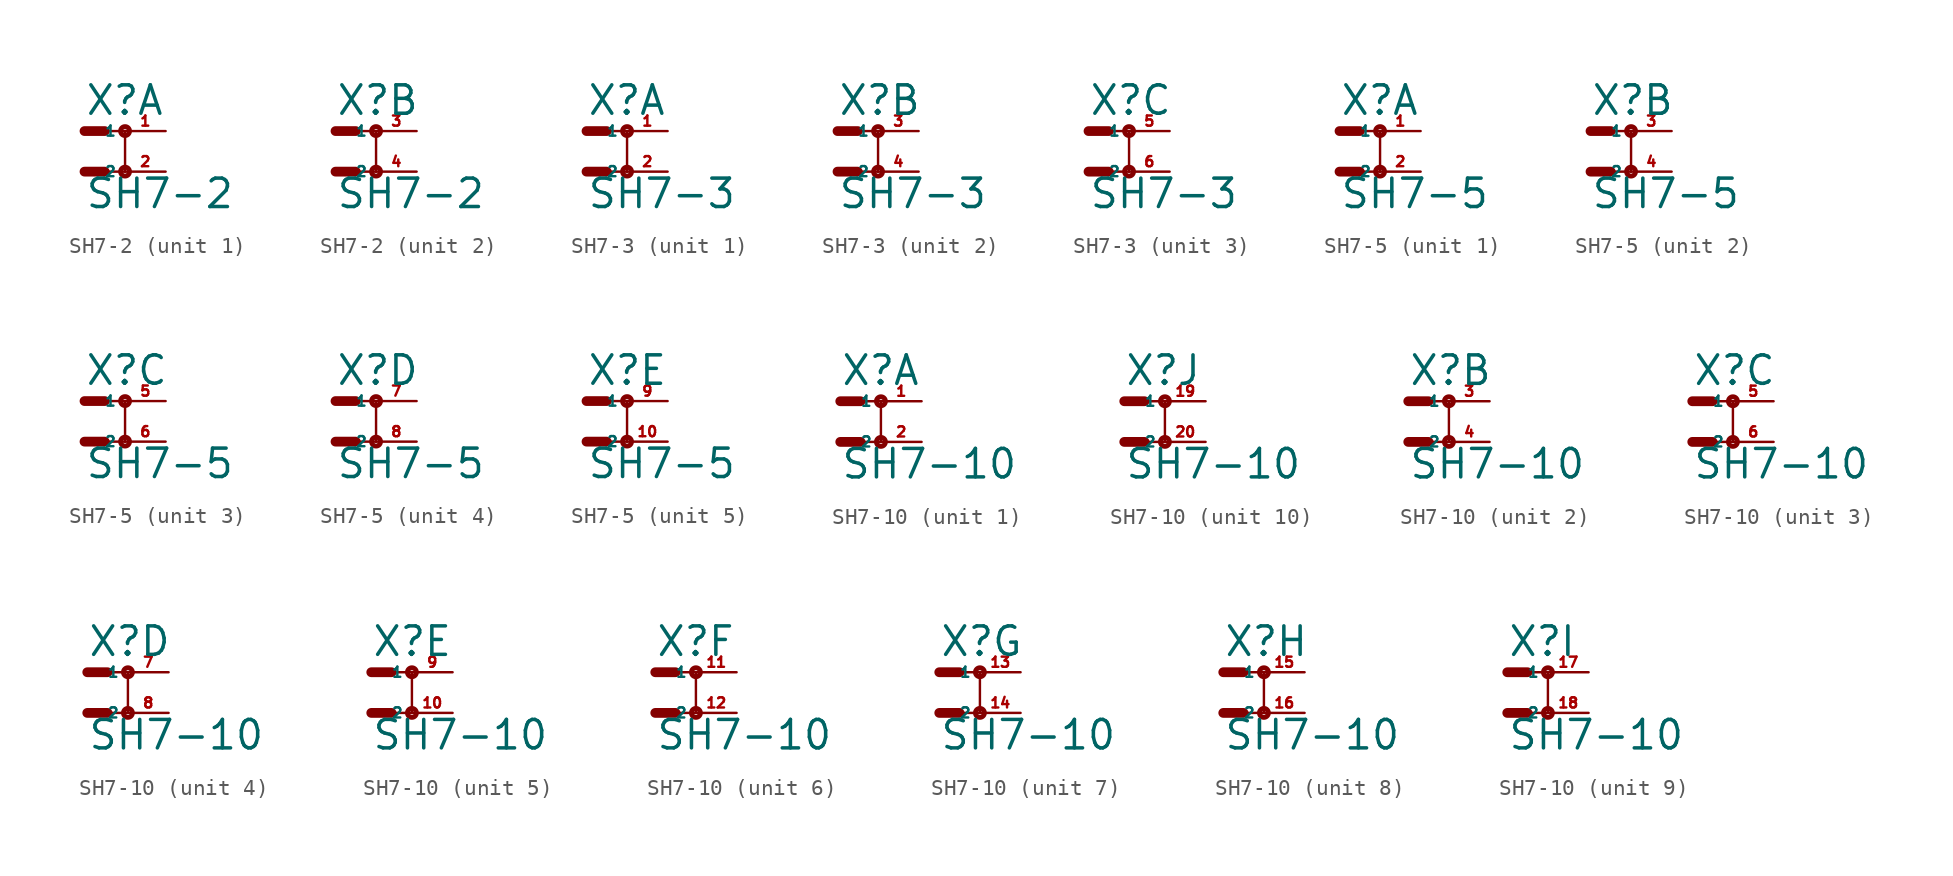
<source format=kicad_sym>
(kicad_symbol_lib
  (version 20220914)
  (generator Eagle2Kicad)
  (symbol "SH7-2"
    (property "Reference" "X"
      (at 0 3.429 0)
      (effects (font (size 1.778 1.778) (thickness 0.22)) (justify left bottom)))
    (property "Value" "SH7-2"
      (at 0 -2.413 0)
      (effects (font (size 1.778 1.778) (thickness 0.22)) (justify left bottom)))
    (symbol "SH7-2_1_0"
      (polyline (pts (xy 0 0) (xy 1.27 0)) (stroke (width 0.61) (type default)) (fill (type none)))
      (polyline (pts (xy 2.54 0) (xy 1.27 0)) (stroke (width 0.152) (type default)) (fill (type none)))
      (polyline (pts (xy 0 2.54) (xy 1.27 2.54)) (stroke (width 0.61) (type default)) (fill (type none)))
      (polyline (pts (xy 2.54 2.54) (xy 1.27 2.54)) (stroke (width 0.152) (type default)) (fill (type none)))
      (polyline (pts (xy 2.54 2.54) (xy 2.54 0)) (stroke (width 0.152) (type default)) (fill (type none)))
      (circle (center 2.54 0) (radius 0.127) (stroke (width 0.305) (type default)) (fill (type none)))
      (circle (center 2.54 2.54) (radius 0.127) (stroke (width 0.305) (type default)) (fill (type none)))
      (pin passive line (at 5.08 2.54 180) (length 2.54) (name "1" (effects (font (size 0.635 0.635) (thickness 0.08)) (justify left bottom))) (number "1" (effects (font (size 0.635 0.635) (thickness 0.08)) (justify left bottom))))
      (pin passive line (at 5.08 0 180) (length 2.54) (name "2" (effects (font (size 0.635 0.635) (thickness 0.08)) (justify left bottom))) (number "2" (effects (font (size 0.635 0.635) (thickness 0.08)) (justify left bottom)))))
    (symbol "SH7-2_2_0"
      (polyline (pts (xy 0 0) (xy 1.27 0)) (stroke (width 0.61) (type default)) (fill (type none)))
      (polyline (pts (xy 2.54 0) (xy 1.27 0)) (stroke (width 0.152) (type default)) (fill (type none)))
      (polyline (pts (xy 0 2.54) (xy 1.27 2.54)) (stroke (width 0.61) (type default)) (fill (type none)))
      (polyline (pts (xy 2.54 2.54) (xy 1.27 2.54)) (stroke (width 0.152) (type default)) (fill (type none)))
      (polyline (pts (xy 2.54 2.54) (xy 2.54 0)) (stroke (width 0.152) (type default)) (fill (type none)))
      (circle (center 2.54 0) (radius 0.127) (stroke (width 0.305) (type default)) (fill (type none)))
      (circle (center 2.54 2.54) (radius 0.127) (stroke (width 0.305) (type default)) (fill (type none)))
      (pin passive line (at 5.08 2.54 180) (length 2.54) (name "1" (effects (font (size 0.635 0.635) (thickness 0.08)) (justify left bottom))) (number "3" (effects (font (size 0.635 0.635) (thickness 0.08)) (justify left bottom))))
      (pin passive line (at 5.08 0 180) (length 2.54) (name "2" (effects (font (size 0.635 0.635) (thickness 0.08)) (justify left bottom))) (number "4" (effects (font (size 0.635 0.635) (thickness 0.08)) (justify left bottom))))))
  (symbol "SH7-3"
    (property "Reference" "X"
      (at 0 3.429 0)
      (effects (font (size 1.778 1.778) (thickness 0.22)) (justify left bottom)))
    (property "Value" "SH7-3"
      (at 0 -2.413 0)
      (effects (font (size 1.778 1.778) (thickness 0.22)) (justify left bottom)))
    (symbol "SH7-3_1_0"
      (polyline (pts (xy 0 0) (xy 1.27 0)) (stroke (width 0.61) (type default)) (fill (type none)))
      (polyline (pts (xy 2.54 0) (xy 1.27 0)) (stroke (width 0.152) (type default)) (fill (type none)))
      (polyline (pts (xy 0 2.54) (xy 1.27 2.54)) (stroke (width 0.61) (type default)) (fill (type none)))
      (polyline (pts (xy 2.54 2.54) (xy 1.27 2.54)) (stroke (width 0.152) (type default)) (fill (type none)))
      (polyline (pts (xy 2.54 2.54) (xy 2.54 0)) (stroke (width 0.152) (type default)) (fill (type none)))
      (circle (center 2.54 0) (radius 0.127) (stroke (width 0.305) (type default)) (fill (type none)))
      (circle (center 2.54 2.54) (radius 0.127) (stroke (width 0.305) (type default)) (fill (type none)))
      (pin passive line (at 5.08 2.54 180) (length 2.54) (name "1" (effects (font (size 0.635 0.635) (thickness 0.08)) (justify left bottom))) (number "1" (effects (font (size 0.635 0.635) (thickness 0.08)) (justify left bottom))))
      (pin passive line (at 5.08 0 180) (length 2.54) (name "2" (effects (font (size 0.635 0.635) (thickness 0.08)) (justify left bottom))) (number "2" (effects (font (size 0.635 0.635) (thickness 0.08)) (justify left bottom)))))
    (symbol "SH7-3_2_0"
      (polyline (pts (xy 0 0) (xy 1.27 0)) (stroke (width 0.61) (type default)) (fill (type none)))
      (polyline (pts (xy 2.54 0) (xy 1.27 0)) (stroke (width 0.152) (type default)) (fill (type none)))
      (polyline (pts (xy 0 2.54) (xy 1.27 2.54)) (stroke (width 0.61) (type default)) (fill (type none)))
      (polyline (pts (xy 2.54 2.54) (xy 1.27 2.54)) (stroke (width 0.152) (type default)) (fill (type none)))
      (polyline (pts (xy 2.54 2.54) (xy 2.54 0)) (stroke (width 0.152) (type default)) (fill (type none)))
      (circle (center 2.54 0) (radius 0.127) (stroke (width 0.305) (type default)) (fill (type none)))
      (circle (center 2.54 2.54) (radius 0.127) (stroke (width 0.305) (type default)) (fill (type none)))
      (pin passive line (at 5.08 2.54 180) (length 2.54) (name "1" (effects (font (size 0.635 0.635) (thickness 0.08)) (justify left bottom))) (number "3" (effects (font (size 0.635 0.635) (thickness 0.08)) (justify left bottom))))
      (pin passive line (at 5.08 0 180) (length 2.54) (name "2" (effects (font (size 0.635 0.635) (thickness 0.08)) (justify left bottom))) (number "4" (effects (font (size 0.635 0.635) (thickness 0.08)) (justify left bottom)))))
    (symbol "SH7-3_3_0"
      (polyline (pts (xy 0 0) (xy 1.27 0)) (stroke (width 0.61) (type default)) (fill (type none)))
      (polyline (pts (xy 2.54 0) (xy 1.27 0)) (stroke (width 0.152) (type default)) (fill (type none)))
      (polyline (pts (xy 0 2.54) (xy 1.27 2.54)) (stroke (width 0.61) (type default)) (fill (type none)))
      (polyline (pts (xy 2.54 2.54) (xy 1.27 2.54)) (stroke (width 0.152) (type default)) (fill (type none)))
      (polyline (pts (xy 2.54 2.54) (xy 2.54 0)) (stroke (width 0.152) (type default)) (fill (type none)))
      (circle (center 2.54 0) (radius 0.127) (stroke (width 0.305) (type default)) (fill (type none)))
      (circle (center 2.54 2.54) (radius 0.127) (stroke (width 0.305) (type default)) (fill (type none)))
      (pin passive line (at 5.08 2.54 180) (length 2.54) (name "1" (effects (font (size 0.635 0.635) (thickness 0.08)) (justify left bottom))) (number "5" (effects (font (size 0.635 0.635) (thickness 0.08)) (justify left bottom))))
      (pin passive line (at 5.08 0 180) (length 2.54) (name "2" (effects (font (size 0.635 0.635) (thickness 0.08)) (justify left bottom))) (number "6" (effects (font (size 0.635 0.635) (thickness 0.08)) (justify left bottom))))))
  (symbol "SH7-5"
    (property "Reference" "X"
      (at 0 3.429 0)
      (effects (font (size 1.778 1.778) (thickness 0.22)) (justify left bottom)))
    (property "Value" "SH7-5"
      (at 0 -2.413 0)
      (effects (font (size 1.778 1.778) (thickness 0.22)) (justify left bottom)))
    (symbol "SH7-5_1_0"
      (polyline (pts (xy 0 0) (xy 1.27 0)) (stroke (width 0.61) (type default)) (fill (type none)))
      (polyline (pts (xy 2.54 0) (xy 1.27 0)) (stroke (width 0.152) (type default)) (fill (type none)))
      (polyline (pts (xy 0 2.54) (xy 1.27 2.54)) (stroke (width 0.61) (type default)) (fill (type none)))
      (polyline (pts (xy 2.54 2.54) (xy 1.27 2.54)) (stroke (width 0.152) (type default)) (fill (type none)))
      (polyline (pts (xy 2.54 2.54) (xy 2.54 0)) (stroke (width 0.152) (type default)) (fill (type none)))
      (circle (center 2.54 0) (radius 0.127) (stroke (width 0.305) (type default)) (fill (type none)))
      (circle (center 2.54 2.54) (radius 0.127) (stroke (width 0.305) (type default)) (fill (type none)))
      (pin passive line (at 5.08 2.54 180) (length 2.54) (name "1" (effects (font (size 0.635 0.635) (thickness 0.08)) (justify left bottom))) (number "1" (effects (font (size 0.635 0.635) (thickness 0.08)) (justify left bottom))))
      (pin passive line (at 5.08 0 180) (length 2.54) (name "2" (effects (font (size 0.635 0.635) (thickness 0.08)) (justify left bottom))) (number "2" (effects (font (size 0.635 0.635) (thickness 0.08)) (justify left bottom)))))
    (symbol "SH7-5_2_0"
      (polyline (pts (xy 0 0) (xy 1.27 0)) (stroke (width 0.61) (type default)) (fill (type none)))
      (polyline (pts (xy 2.54 0) (xy 1.27 0)) (stroke (width 0.152) (type default)) (fill (type none)))
      (polyline (pts (xy 0 2.54) (xy 1.27 2.54)) (stroke (width 0.61) (type default)) (fill (type none)))
      (polyline (pts (xy 2.54 2.54) (xy 1.27 2.54)) (stroke (width 0.152) (type default)) (fill (type none)))
      (polyline (pts (xy 2.54 2.54) (xy 2.54 0)) (stroke (width 0.152) (type default)) (fill (type none)))
      (circle (center 2.54 0) (radius 0.127) (stroke (width 0.305) (type default)) (fill (type none)))
      (circle (center 2.54 2.54) (radius 0.127) (stroke (width 0.305) (type default)) (fill (type none)))
      (pin passive line (at 5.08 2.54 180) (length 2.54) (name "1" (effects (font (size 0.635 0.635) (thickness 0.08)) (justify left bottom))) (number "3" (effects (font (size 0.635 0.635) (thickness 0.08)) (justify left bottom))))
      (pin passive line (at 5.08 0 180) (length 2.54) (name "2" (effects (font (size 0.635 0.635) (thickness 0.08)) (justify left bottom))) (number "4" (effects (font (size 0.635 0.635) (thickness 0.08)) (justify left bottom)))))
    (symbol "SH7-5_3_0"
      (polyline (pts (xy 0 0) (xy 1.27 0)) (stroke (width 0.61) (type default)) (fill (type none)))
      (polyline (pts (xy 2.54 0) (xy 1.27 0)) (stroke (width 0.152) (type default)) (fill (type none)))
      (polyline (pts (xy 0 2.54) (xy 1.27 2.54)) (stroke (width 0.61) (type default)) (fill (type none)))
      (polyline (pts (xy 2.54 2.54) (xy 1.27 2.54)) (stroke (width 0.152) (type default)) (fill (type none)))
      (polyline (pts (xy 2.54 2.54) (xy 2.54 0)) (stroke (width 0.152) (type default)) (fill (type none)))
      (circle (center 2.54 0) (radius 0.127) (stroke (width 0.305) (type default)) (fill (type none)))
      (circle (center 2.54 2.54) (radius 0.127) (stroke (width 0.305) (type default)) (fill (type none)))
      (pin passive line (at 5.08 2.54 180) (length 2.54) (name "1" (effects (font (size 0.635 0.635) (thickness 0.08)) (justify left bottom))) (number "5" (effects (font (size 0.635 0.635) (thickness 0.08)) (justify left bottom))))
      (pin passive line (at 5.08 0 180) (length 2.54) (name "2" (effects (font (size 0.635 0.635) (thickness 0.08)) (justify left bottom))) (number "6" (effects (font (size 0.635 0.635) (thickness 0.08)) (justify left bottom)))))
    (symbol "SH7-5_4_0"
      (polyline (pts (xy 0 0) (xy 1.27 0)) (stroke (width 0.61) (type default)) (fill (type none)))
      (polyline (pts (xy 2.54 0) (xy 1.27 0)) (stroke (width 0.152) (type default)) (fill (type none)))
      (polyline (pts (xy 0 2.54) (xy 1.27 2.54)) (stroke (width 0.61) (type default)) (fill (type none)))
      (polyline (pts (xy 2.54 2.54) (xy 1.27 2.54)) (stroke (width 0.152) (type default)) (fill (type none)))
      (polyline (pts (xy 2.54 2.54) (xy 2.54 0)) (stroke (width 0.152) (type default)) (fill (type none)))
      (circle (center 2.54 0) (radius 0.127) (stroke (width 0.305) (type default)) (fill (type none)))
      (circle (center 2.54 2.54) (radius 0.127) (stroke (width 0.305) (type default)) (fill (type none)))
      (pin passive line (at 5.08 2.54 180) (length 2.54) (name "1" (effects (font (size 0.635 0.635) (thickness 0.08)) (justify left bottom))) (number "7" (effects (font (size 0.635 0.635) (thickness 0.08)) (justify left bottom))))
      (pin passive line (at 5.08 0 180) (length 2.54) (name "2" (effects (font (size 0.635 0.635) (thickness 0.08)) (justify left bottom))) (number "8" (effects (font (size 0.635 0.635) (thickness 0.08)) (justify left bottom)))))
    (symbol "SH7-5_5_0"
      (polyline (pts (xy 0 0) (xy 1.27 0)) (stroke (width 0.61) (type default)) (fill (type none)))
      (polyline (pts (xy 2.54 0) (xy 1.27 0)) (stroke (width 0.152) (type default)) (fill (type none)))
      (polyline (pts (xy 0 2.54) (xy 1.27 2.54)) (stroke (width 0.61) (type default)) (fill (type none)))
      (polyline (pts (xy 2.54 2.54) (xy 1.27 2.54)) (stroke (width 0.152) (type default)) (fill (type none)))
      (polyline (pts (xy 2.54 2.54) (xy 2.54 0)) (stroke (width 0.152) (type default)) (fill (type none)))
      (circle (center 2.54 0) (radius 0.127) (stroke (width 0.305) (type default)) (fill (type none)))
      (circle (center 2.54 2.54) (radius 0.127) (stroke (width 0.305) (type default)) (fill (type none)))
      (pin passive line (at 5.08 2.54 180) (length 2.54) (name "1" (effects (font (size 0.635 0.635) (thickness 0.08)) (justify left bottom))) (number "9" (effects (font (size 0.635 0.635) (thickness 0.08)) (justify left bottom))))
      (pin passive line (at 5.08 0 180) (length 2.54) (name "2" (effects (font (size 0.635 0.635) (thickness 0.08)) (justify left bottom))) (number "10" (effects (font (size 0.635 0.635) (thickness 0.08)) (justify left bottom))))))
  (symbol "SH7-10"
    (property "Reference" "X"
      (at 0 3.429 0)
      (effects (font (size 1.778 1.778) (thickness 0.22)) (justify left bottom)))
    (property "Value" "SH7-10"
      (at 0 -2.413 0)
      (effects (font (size 1.778 1.778) (thickness 0.22)) (justify left bottom)))
    (symbol "SH7-10_1_0"
      (polyline (pts (xy 0 0) (xy 1.27 0)) (stroke (width 0.61) (type default)) (fill (type none)))
      (polyline (pts (xy 2.54 0) (xy 1.27 0)) (stroke (width 0.152) (type default)) (fill (type none)))
      (polyline (pts (xy 0 2.54) (xy 1.27 2.54)) (stroke (width 0.61) (type default)) (fill (type none)))
      (polyline (pts (xy 2.54 2.54) (xy 1.27 2.54)) (stroke (width 0.152) (type default)) (fill (type none)))
      (polyline (pts (xy 2.54 2.54) (xy 2.54 0)) (stroke (width 0.152) (type default)) (fill (type none)))
      (circle (center 2.54 0) (radius 0.127) (stroke (width 0.305) (type default)) (fill (type none)))
      (circle (center 2.54 2.54) (radius 0.127) (stroke (width 0.305) (type default)) (fill (type none)))
      (pin passive line (at 5.08 2.54 180) (length 2.54) (name "1" (effects (font (size 0.635 0.635) (thickness 0.08)) (justify left bottom))) (number "1" (effects (font (size 0.635 0.635) (thickness 0.08)) (justify left bottom))))
      (pin passive line (at 5.08 0 180) (length 2.54) (name "2" (effects (font (size 0.635 0.635) (thickness 0.08)) (justify left bottom))) (number "2" (effects (font (size 0.635 0.635) (thickness 0.08)) (justify left bottom)))))
    (symbol "SH7-10_2_0"
      (polyline (pts (xy 0 0) (xy 1.27 0)) (stroke (width 0.61) (type default)) (fill (type none)))
      (polyline (pts (xy 2.54 0) (xy 1.27 0)) (stroke (width 0.152) (type default)) (fill (type none)))
      (polyline (pts (xy 0 2.54) (xy 1.27 2.54)) (stroke (width 0.61) (type default)) (fill (type none)))
      (polyline (pts (xy 2.54 2.54) (xy 1.27 2.54)) (stroke (width 0.152) (type default)) (fill (type none)))
      (polyline (pts (xy 2.54 2.54) (xy 2.54 0)) (stroke (width 0.152) (type default)) (fill (type none)))
      (circle (center 2.54 0) (radius 0.127) (stroke (width 0.305) (type default)) (fill (type none)))
      (circle (center 2.54 2.54) (radius 0.127) (stroke (width 0.305) (type default)) (fill (type none)))
      (pin passive line (at 5.08 2.54 180) (length 2.54) (name "1" (effects (font (size 0.635 0.635) (thickness 0.08)) (justify left bottom))) (number "3" (effects (font (size 0.635 0.635) (thickness 0.08)) (justify left bottom))))
      (pin passive line (at 5.08 0 180) (length 2.54) (name "2" (effects (font (size 0.635 0.635) (thickness 0.08)) (justify left bottom))) (number "4" (effects (font (size 0.635 0.635) (thickness 0.08)) (justify left bottom)))))
    (symbol "SH7-10_3_0"
      (polyline (pts (xy 0 0) (xy 1.27 0)) (stroke (width 0.61) (type default)) (fill (type none)))
      (polyline (pts (xy 2.54 0) (xy 1.27 0)) (stroke (width 0.152) (type default)) (fill (type none)))
      (polyline (pts (xy 0 2.54) (xy 1.27 2.54)) (stroke (width 0.61) (type default)) (fill (type none)))
      (polyline (pts (xy 2.54 2.54) (xy 1.27 2.54)) (stroke (width 0.152) (type default)) (fill (type none)))
      (polyline (pts (xy 2.54 2.54) (xy 2.54 0)) (stroke (width 0.152) (type default)) (fill (type none)))
      (circle (center 2.54 0) (radius 0.127) (stroke (width 0.305) (type default)) (fill (type none)))
      (circle (center 2.54 2.54) (radius 0.127) (stroke (width 0.305) (type default)) (fill (type none)))
      (pin passive line (at 5.08 2.54 180) (length 2.54) (name "1" (effects (font (size 0.635 0.635) (thickness 0.08)) (justify left bottom))) (number "5" (effects (font (size 0.635 0.635) (thickness 0.08)) (justify left bottom))))
      (pin passive line (at 5.08 0 180) (length 2.54) (name "2" (effects (font (size 0.635 0.635) (thickness 0.08)) (justify left bottom))) (number "6" (effects (font (size 0.635 0.635) (thickness 0.08)) (justify left bottom)))))
    (symbol "SH7-10_4_0"
      (polyline (pts (xy 0 0) (xy 1.27 0)) (stroke (width 0.61) (type default)) (fill (type none)))
      (polyline (pts (xy 2.54 0) (xy 1.27 0)) (stroke (width 0.152) (type default)) (fill (type none)))
      (polyline (pts (xy 0 2.54) (xy 1.27 2.54)) (stroke (width 0.61) (type default)) (fill (type none)))
      (polyline (pts (xy 2.54 2.54) (xy 1.27 2.54)) (stroke (width 0.152) (type default)) (fill (type none)))
      (polyline (pts (xy 2.54 2.54) (xy 2.54 0)) (stroke (width 0.152) (type default)) (fill (type none)))
      (circle (center 2.54 0) (radius 0.127) (stroke (width 0.305) (type default)) (fill (type none)))
      (circle (center 2.54 2.54) (radius 0.127) (stroke (width 0.305) (type default)) (fill (type none)))
      (pin passive line (at 5.08 2.54 180) (length 2.54) (name "1" (effects (font (size 0.635 0.635) (thickness 0.08)) (justify left bottom))) (number "7" (effects (font (size 0.635 0.635) (thickness 0.08)) (justify left bottom))))
      (pin passive line (at 5.08 0 180) (length 2.54) (name "2" (effects (font (size 0.635 0.635) (thickness 0.08)) (justify left bottom))) (number "8" (effects (font (size 0.635 0.635) (thickness 0.08)) (justify left bottom)))))
    (symbol "SH7-10_5_0"
      (polyline (pts (xy 0 0) (xy 1.27 0)) (stroke (width 0.61) (type default)) (fill (type none)))
      (polyline (pts (xy 2.54 0) (xy 1.27 0)) (stroke (width 0.152) (type default)) (fill (type none)))
      (polyline (pts (xy 0 2.54) (xy 1.27 2.54)) (stroke (width 0.61) (type default)) (fill (type none)))
      (polyline (pts (xy 2.54 2.54) (xy 1.27 2.54)) (stroke (width 0.152) (type default)) (fill (type none)))
      (polyline (pts (xy 2.54 2.54) (xy 2.54 0)) (stroke (width 0.152) (type default)) (fill (type none)))
      (circle (center 2.54 0) (radius 0.127) (stroke (width 0.305) (type default)) (fill (type none)))
      (circle (center 2.54 2.54) (radius 0.127) (stroke (width 0.305) (type default)) (fill (type none)))
      (pin passive line (at 5.08 2.54 180) (length 2.54) (name "1" (effects (font (size 0.635 0.635) (thickness 0.08)) (justify left bottom))) (number "9" (effects (font (size 0.635 0.635) (thickness 0.08)) (justify left bottom))))
      (pin passive line (at 5.08 0 180) (length 2.54) (name "2" (effects (font (size 0.635 0.635) (thickness 0.08)) (justify left bottom))) (number "10" (effects (font (size 0.635 0.635) (thickness 0.08)) (justify left bottom)))))
    (symbol "SH7-10_6_0"
      (polyline (pts (xy 0 0) (xy 1.27 0)) (stroke (width 0.61) (type default)) (fill (type none)))
      (polyline (pts (xy 2.54 0) (xy 1.27 0)) (stroke (width 0.152) (type default)) (fill (type none)))
      (polyline (pts (xy 0 2.54) (xy 1.27 2.54)) (stroke (width 0.61) (type default)) (fill (type none)))
      (polyline (pts (xy 2.54 2.54) (xy 1.27 2.54)) (stroke (width 0.152) (type default)) (fill (type none)))
      (polyline (pts (xy 2.54 2.54) (xy 2.54 0)) (stroke (width 0.152) (type default)) (fill (type none)))
      (circle (center 2.54 0) (radius 0.127) (stroke (width 0.305) (type default)) (fill (type none)))
      (circle (center 2.54 2.54) (radius 0.127) (stroke (width 0.305) (type default)) (fill (type none)))
      (pin passive line (at 5.08 2.54 180) (length 2.54) (name "1" (effects (font (size 0.635 0.635) (thickness 0.08)) (justify left bottom))) (number "11" (effects (font (size 0.635 0.635) (thickness 0.08)) (justify left bottom))))
      (pin passive line (at 5.08 0 180) (length 2.54) (name "2" (effects (font (size 0.635 0.635) (thickness 0.08)) (justify left bottom))) (number "12" (effects (font (size 0.635 0.635) (thickness 0.08)) (justify left bottom)))))
    (symbol "SH7-10_7_0"
      (polyline (pts (xy 0 0) (xy 1.27 0)) (stroke (width 0.61) (type default)) (fill (type none)))
      (polyline (pts (xy 2.54 0) (xy 1.27 0)) (stroke (width 0.152) (type default)) (fill (type none)))
      (polyline (pts (xy 0 2.54) (xy 1.27 2.54)) (stroke (width 0.61) (type default)) (fill (type none)))
      (polyline (pts (xy 2.54 2.54) (xy 1.27 2.54)) (stroke (width 0.152) (type default)) (fill (type none)))
      (polyline (pts (xy 2.54 2.54) (xy 2.54 0)) (stroke (width 0.152) (type default)) (fill (type none)))
      (circle (center 2.54 0) (radius 0.127) (stroke (width 0.305) (type default)) (fill (type none)))
      (circle (center 2.54 2.54) (radius 0.127) (stroke (width 0.305) (type default)) (fill (type none)))
      (pin passive line (at 5.08 2.54 180) (length 2.54) (name "1" (effects (font (size 0.635 0.635) (thickness 0.08)) (justify left bottom))) (number "13" (effects (font (size 0.635 0.635) (thickness 0.08)) (justify left bottom))))
      (pin passive line (at 5.08 0 180) (length 2.54) (name "2" (effects (font (size 0.635 0.635) (thickness 0.08)) (justify left bottom))) (number "14" (effects (font (size 0.635 0.635) (thickness 0.08)) (justify left bottom)))))
    (symbol "SH7-10_8_0"
      (polyline (pts (xy 0 0) (xy 1.27 0)) (stroke (width 0.61) (type default)) (fill (type none)))
      (polyline (pts (xy 2.54 0) (xy 1.27 0)) (stroke (width 0.152) (type default)) (fill (type none)))
      (polyline (pts (xy 0 2.54) (xy 1.27 2.54)) (stroke (width 0.61) (type default)) (fill (type none)))
      (polyline (pts (xy 2.54 2.54) (xy 1.27 2.54)) (stroke (width 0.152) (type default)) (fill (type none)))
      (polyline (pts (xy 2.54 2.54) (xy 2.54 0)) (stroke (width 0.152) (type default)) (fill (type none)))
      (circle (center 2.54 0) (radius 0.127) (stroke (width 0.305) (type default)) (fill (type none)))
      (circle (center 2.54 2.54) (radius 0.127) (stroke (width 0.305) (type default)) (fill (type none)))
      (pin passive line (at 5.08 2.54 180) (length 2.54) (name "1" (effects (font (size 0.635 0.635) (thickness 0.08)) (justify left bottom))) (number "15" (effects (font (size 0.635 0.635) (thickness 0.08)) (justify left bottom))))
      (pin passive line (at 5.08 0 180) (length 2.54) (name "2" (effects (font (size 0.635 0.635) (thickness 0.08)) (justify left bottom))) (number "16" (effects (font (size 0.635 0.635) (thickness 0.08)) (justify left bottom)))))
    (symbol "SH7-10_9_0"
      (polyline (pts (xy 0 0) (xy 1.27 0)) (stroke (width 0.61) (type default)) (fill (type none)))
      (polyline (pts (xy 2.54 0) (xy 1.27 0)) (stroke (width 0.152) (type default)) (fill (type none)))
      (polyline (pts (xy 0 2.54) (xy 1.27 2.54)) (stroke (width 0.61) (type default)) (fill (type none)))
      (polyline (pts (xy 2.54 2.54) (xy 1.27 2.54)) (stroke (width 0.152) (type default)) (fill (type none)))
      (polyline (pts (xy 2.54 2.54) (xy 2.54 0)) (stroke (width 0.152) (type default)) (fill (type none)))
      (circle (center 2.54 0) (radius 0.127) (stroke (width 0.305) (type default)) (fill (type none)))
      (circle (center 2.54 2.54) (radius 0.127) (stroke (width 0.305) (type default)) (fill (type none)))
      (pin passive line (at 5.08 2.54 180) (length 2.54) (name "1" (effects (font (size 0.635 0.635) (thickness 0.08)) (justify left bottom))) (number "17" (effects (font (size 0.635 0.635) (thickness 0.08)) (justify left bottom))))
      (pin passive line (at 5.08 0 180) (length 2.54) (name "2" (effects (font (size 0.635 0.635) (thickness 0.08)) (justify left bottom))) (number "18" (effects (font (size 0.635 0.635) (thickness 0.08)) (justify left bottom)))))
    (symbol "SH7-10_10_0"
      (polyline (pts (xy 0 0) (xy 1.27 0)) (stroke (width 0.61) (type default)) (fill (type none)))
      (polyline (pts (xy 2.54 0) (xy 1.27 0)) (stroke (width 0.152) (type default)) (fill (type none)))
      (polyline (pts (xy 0 2.54) (xy 1.27 2.54)) (stroke (width 0.61) (type default)) (fill (type none)))
      (polyline (pts (xy 2.54 2.54) (xy 1.27 2.54)) (stroke (width 0.152) (type default)) (fill (type none)))
      (polyline (pts (xy 2.54 2.54) (xy 2.54 0)) (stroke (width 0.152) (type default)) (fill (type none)))
      (circle (center 2.54 0) (radius 0.127) (stroke (width 0.305) (type default)) (fill (type none)))
      (circle (center 2.54 2.54) (radius 0.127) (stroke (width 0.305) (type default)) (fill (type none)))
      (pin passive line (at 5.08 2.54 180) (length 2.54) (name "1" (effects (font (size 0.635 0.635) (thickness 0.08)) (justify left bottom))) (number "19" (effects (font (size 0.635 0.635) (thickness 0.08)) (justify left bottom))))
      (pin passive line (at 5.08 0 180) (length 2.54) (name "2" (effects (font (size 0.635 0.635) (thickness 0.08)) (justify left bottom))) (number "20" (effects (font (size 0.635 0.635) (thickness 0.08)) (justify left bottom)))))))
</source>
